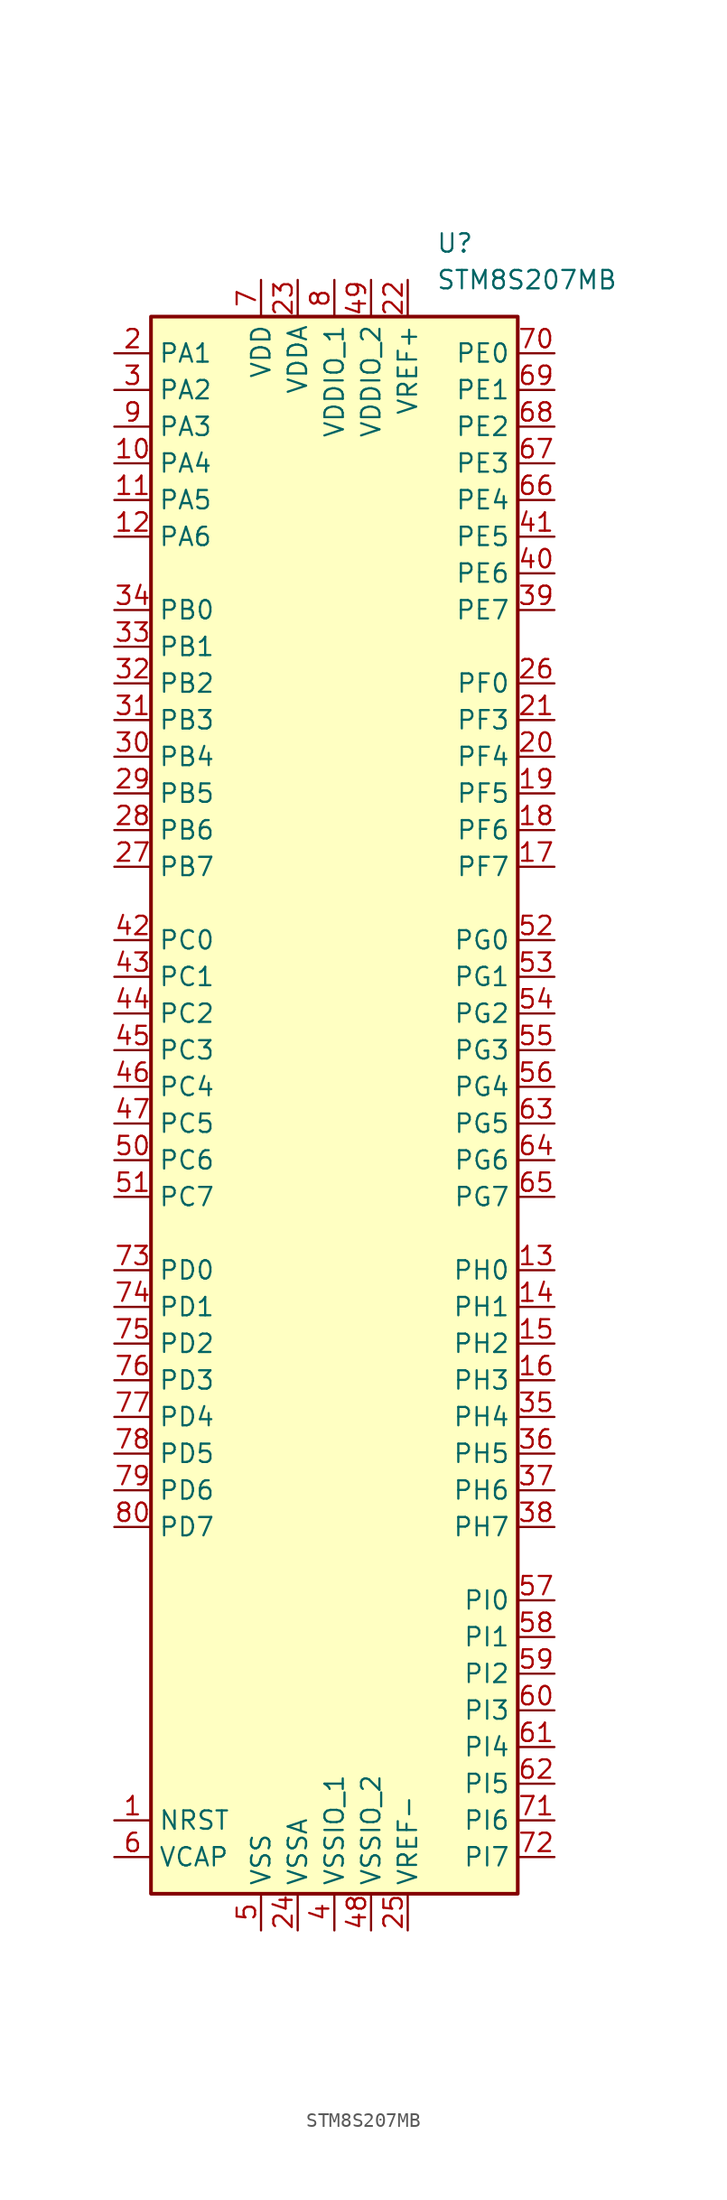
<source format=kicad_sym>
(kicad_symbol_lib
  (version 20231120)
  (generator "kicad_symbol_editor")
  (generator_version "8.0")
  (symbol "STM8S207MB"
    (property "Reference" "U"
      (at 7.036 58.42 0)
      (effects (font (size 1.27 1.27)) (justify left)))
    (property "Value" "STM8S207MB"
      (at 7.036 55.88 0)
      (effects (font (size 1.27 1.27)) (justify left)))
    (symbol "STM8S207MB_0_1"
      (rectangle (start -12.7 53.34) (end 12.7 -55.88) (stroke (width 0.254) (type default)) (fill (type background))))
    (symbol "STM8S207MB_1_0"
      (pin bidirectional line (at 15.24 -12.7 180) (length 2.54) (name "PH0" (effects (font (size 1.27 1.27)))) (number "13" (effects (font (size 1.27 1.27)))))
      (pin bidirectional line (at 15.24 -15.24 180) (length 2.54) (name "PH1" (effects (font (size 1.27 1.27)))) (number "14" (effects (font (size 1.27 1.27)))))
      (pin bidirectional line (at 15.24 -17.78 180) (length 2.54) (name "PH2" (effects (font (size 1.27 1.27)))) (number "15" (effects (font (size 1.27 1.27)))))
      (pin bidirectional line (at 15.24 -20.32 180) (length 2.54) (name "PH3" (effects (font (size 1.27 1.27)))) (number "16" (effects (font (size 1.27 1.27)))))
      (pin bidirectional line (at 15.24 -22.86 180) (length 2.54) (name "PH4" (effects (font (size 1.27 1.27)))) (number "35" (effects (font (size 1.27 1.27)))))
      (pin bidirectional line (at 15.24 -25.4 180) (length 2.54) (name "PH5" (effects (font (size 1.27 1.27)))) (number "36" (effects (font (size 1.27 1.27)))))
      (pin bidirectional line (at 15.24 -27.94 180) (length 2.54) (name "PH6" (effects (font (size 1.27 1.27)))) (number "37" (effects (font (size 1.27 1.27)))))
      (pin bidirectional line (at 15.24 -30.48 180) (length 2.54) (name "PH7" (effects (font (size 1.27 1.27)))) (number "38" (effects (font (size 1.27 1.27)))))
      (pin bidirectional line (at -15.24 10.16 0) (length 2.54) (name "PC0" (effects (font (size 1.27 1.27)))) (number "42" (effects (font (size 1.27 1.27)))))
      (pin bidirectional line (at 15.24 -35.56 180) (length 2.54) (name "PI0" (effects (font (size 1.27 1.27)))) (number "57" (effects (font (size 1.27 1.27)))))
      (pin bidirectional line (at 15.24 -38.1 180) (length 2.54) (name "PI1" (effects (font (size 1.27 1.27)))) (number "58" (effects (font (size 1.27 1.27)))))
      (pin bidirectional line (at 15.24 -40.64 180) (length 2.54) (name "PI2" (effects (font (size 1.27 1.27)))) (number "59" (effects (font (size 1.27 1.27)))))
      (pin bidirectional line (at 15.24 -43.18 180) (length 2.54) (name "PI3" (effects (font (size 1.27 1.27)))) (number "60" (effects (font (size 1.27 1.27)))))
      (pin bidirectional line (at 15.24 -45.72 180) (length 2.54) (name "PI4" (effects (font (size 1.27 1.27)))) (number "61" (effects (font (size 1.27 1.27)))))
      (pin bidirectional line (at 15.24 -48.26 180) (length 2.54) (name "PI5" (effects (font (size 1.27 1.27)))) (number "62" (effects (font (size 1.27 1.27)))))
      (pin bidirectional line (at 15.24 -50.8 180) (length 2.54) (name "PI6" (effects (font (size 1.27 1.27)))) (number "71" (effects (font (size 1.27 1.27)))))
      (pin bidirectional line (at 15.24 -53.34 180) (length 2.54) (name "PI7" (effects (font (size 1.27 1.27)))) (number "72" (effects (font (size 1.27 1.27))))))
    (symbol "STM8S207MB_1_1"
      (pin input line (at -15.24 -50.8 0) (length 2.54) (name "NRST" (effects (font (size 1.27 1.27)))) (number "1" (effects (font (size 1.27 1.27)))))
      (pin bidirectional line (at -15.24 43.18 0) (length 2.54) (name "PA4" (effects (font (size 1.27 1.27)))) (number "10" (effects (font (size 1.27 1.27)))))
      (pin bidirectional line (at -15.24 40.64 0) (length 2.54) (name "PA5" (effects (font (size 1.27 1.27)))) (number "11" (effects (font (size 1.27 1.27)))))
      (pin bidirectional line (at -15.24 38.1 0) (length 2.54) (name "PA6" (effects (font (size 1.27 1.27)))) (number "12" (effects (font (size 1.27 1.27)))))
      (pin bidirectional line (at 15.24 15.24 180) (length 2.54) (name "PF7" (effects (font (size 1.27 1.27)))) (number "17" (effects (font (size 1.27 1.27)))))
      (pin bidirectional line (at 15.24 17.78 180) (length 2.54) (name "PF6" (effects (font (size 1.27 1.27)))) (number "18" (effects (font (size 1.27 1.27)))))
      (pin bidirectional line (at 15.24 20.32 180) (length 2.54) (name "PF5" (effects (font (size 1.27 1.27)))) (number "19" (effects (font (size 1.27 1.27)))))
      (pin bidirectional line (at -15.24 50.8 0) (length 2.54) (name "PA1" (effects (font (size 1.27 1.27)))) (number "2" (effects (font (size 1.27 1.27)))))
      (pin bidirectional line (at 15.24 22.86 180) (length 2.54) (name "PF4" (effects (font (size 1.27 1.27)))) (number "20" (effects (font (size 1.27 1.27)))))
      (pin bidirectional line (at 15.24 25.4 180) (length 2.54) (name "PF3" (effects (font (size 1.27 1.27)))) (number "21" (effects (font (size 1.27 1.27)))))
      (pin power_in line (at 5.08 55.88 270) (length 2.54) (name "VREF+" (effects (font (size 1.27 1.27)))) (number "22" (effects (font (size 1.27 1.27)))))
      (pin power_in line (at -2.54 55.88 270) (length 2.54) (name "VDDA" (effects (font (size 1.27 1.27)))) (number "23" (effects (font (size 1.27 1.27)))))
      (pin power_in line (at -2.54 -58.42 90) (length 2.54) (name "VSSA" (effects (font (size 1.27 1.27)))) (number "24" (effects (font (size 1.27 1.27)))))
      (pin power_in line (at 5.08 -58.42 90) (length 2.54) (name "VREF-" (effects (font (size 1.27 1.27)))) (number "25" (effects (font (size 1.27 1.27)))))
      (pin bidirectional line (at 15.24 27.94 180) (length 2.54) (name "PF0" (effects (font (size 1.27 1.27)))) (number "26" (effects (font (size 1.27 1.27)))))
      (pin bidirectional line (at -15.24 15.24 0) (length 2.54) (name "PB7" (effects (font (size 1.27 1.27)))) (number "27" (effects (font (size 1.27 1.27)))))
      (pin bidirectional line (at -15.24 17.78 0) (length 2.54) (name "PB6" (effects (font (size 1.27 1.27)))) (number "28" (effects (font (size 1.27 1.27)))))
      (pin bidirectional line (at -15.24 20.32 0) (length 2.54) (name "PB5" (effects (font (size 1.27 1.27)))) (number "29" (effects (font (size 1.27 1.27)))))
      (pin bidirectional line (at -15.24 48.26 0) (length 2.54) (name "PA2" (effects (font (size 1.27 1.27)))) (number "3" (effects (font (size 1.27 1.27)))))
      (pin bidirectional line (at -15.24 22.86 0) (length 2.54) (name "PB4" (effects (font (size 1.27 1.27)))) (number "30" (effects (font (size 1.27 1.27)))))
      (pin bidirectional line (at -15.24 25.4 0) (length 2.54) (name "PB3" (effects (font (size 1.27 1.27)))) (number "31" (effects (font (size 1.27 1.27)))))
      (pin bidirectional line (at -15.24 27.94 0) (length 2.54) (name "PB2" (effects (font (size 1.27 1.27)))) (number "32" (effects (font (size 1.27 1.27)))))
      (pin bidirectional line (at -15.24 30.48 0) (length 2.54) (name "PB1" (effects (font (size 1.27 1.27)))) (number "33" (effects (font (size 1.27 1.27)))))
      (pin bidirectional line (at -15.24 33.02 0) (length 2.54) (name "PB0" (effects (font (size 1.27 1.27)))) (number "34" (effects (font (size 1.27 1.27)))))
      (pin bidirectional line (at 15.24 33.02 180) (length 2.54) (name "PE7" (effects (font (size 1.27 1.27)))) (number "39" (effects (font (size 1.27 1.27)))))
      (pin power_in line (at 0 -58.42 90) (length 2.54) (name "VSSIO_1" (effects (font (size 1.27 1.27)))) (number "4" (effects (font (size 1.27 1.27)))))
      (pin bidirectional line (at 15.24 35.56 180) (length 2.54) (name "PE6" (effects (font (size 1.27 1.27)))) (number "40" (effects (font (size 1.27 1.27)))))
      (pin bidirectional line (at 15.24 38.1 180) (length 2.54) (name "PE5" (effects (font (size 1.27 1.27)))) (number "41" (effects (font (size 1.27 1.27)))))
      (pin bidirectional line (at -15.24 7.62 0) (length 2.54) (name "PC1" (effects (font (size 1.27 1.27)))) (number "43" (effects (font (size 1.27 1.27)))))
      (pin bidirectional line (at -15.24 5.08 0) (length 2.54) (name "PC2" (effects (font (size 1.27 1.27)))) (number "44" (effects (font (size 1.27 1.27)))))
      (pin bidirectional line (at -15.24 2.54 0) (length 2.54) (name "PC3" (effects (font (size 1.27 1.27)))) (number "45" (effects (font (size 1.27 1.27)))))
      (pin bidirectional line (at -15.24 0 0) (length 2.54) (name "PC4" (effects (font (size 1.27 1.27)))) (number "46" (effects (font (size 1.27 1.27)))))
      (pin bidirectional line (at -15.24 -2.54 0) (length 2.54) (name "PC5" (effects (font (size 1.27 1.27)))) (number "47" (effects (font (size 1.27 1.27)))))
      (pin power_in line (at 2.54 -58.42 90) (length 2.54) (name "VSSIO_2" (effects (font (size 1.27 1.27)))) (number "48" (effects (font (size 1.27 1.27)))))
      (pin power_in line (at 2.54 55.88 270) (length 2.54) (name "VDDIO_2" (effects (font (size 1.27 1.27)))) (number "49" (effects (font (size 1.27 1.27)))))
      (pin power_in line (at -5.08 -58.42 90) (length 2.54) (name "VSS" (effects (font (size 1.27 1.27)))) (number "5" (effects (font (size 1.27 1.27)))))
      (pin bidirectional line (at -15.24 -5.08 0) (length 2.54) (name "PC6" (effects (font (size 1.27 1.27)))) (number "50" (effects (font (size 1.27 1.27)))))
      (pin bidirectional line (at -15.24 -7.62 0) (length 2.54) (name "PC7" (effects (font (size 1.27 1.27)))) (number "51" (effects (font (size 1.27 1.27)))))
      (pin bidirectional line (at 15.24 10.16 180) (length 2.54) (name "PG0" (effects (font (size 1.27 1.27)))) (number "52" (effects (font (size 1.27 1.27)))))
      (pin bidirectional line (at 15.24 7.62 180) (length 2.54) (name "PG1" (effects (font (size 1.27 1.27)))) (number "53" (effects (font (size 1.27 1.27)))))
      (pin bidirectional line (at 15.24 5.08 180) (length 2.54) (name "PG2" (effects (font (size 1.27 1.27)))) (number "54" (effects (font (size 1.27 1.27)))))
      (pin bidirectional line (at 15.24 2.54 180) (length 2.54) (name "PG3" (effects (font (size 1.27 1.27)))) (number "55" (effects (font (size 1.27 1.27)))))
      (pin bidirectional line (at 15.24 0 180) (length 2.54) (name "PG4" (effects (font (size 1.27 1.27)))) (number "56" (effects (font (size 1.27 1.27)))))
      (pin input line (at -15.24 -53.34 0) (length 2.54) (name "VCAP" (effects (font (size 1.27 1.27)))) (number "6" (effects (font (size 1.27 1.27)))))
      (pin bidirectional line (at 15.24 -2.54 180) (length 2.54) (name "PG5" (effects (font (size 1.27 1.27)))) (number "63" (effects (font (size 1.27 1.27)))))
      (pin bidirectional line (at 15.24 -5.08 180) (length 2.54) (name "PG6" (effects (font (size 1.27 1.27)))) (number "64" (effects (font (size 1.27 1.27)))))
      (pin bidirectional line (at 15.24 -7.62 180) (length 2.54) (name "PG7" (effects (font (size 1.27 1.27)))) (number "65" (effects (font (size 1.27 1.27)))))
      (pin bidirectional line (at 15.24 40.64 180) (length 2.54) (name "PE4" (effects (font (size 1.27 1.27)))) (number "66" (effects (font (size 1.27 1.27)))))
      (pin bidirectional line (at 15.24 43.18 180) (length 2.54) (name "PE3" (effects (font (size 1.27 1.27)))) (number "67" (effects (font (size 1.27 1.27)))))
      (pin bidirectional line (at 15.24 45.72 180) (length 2.54) (name "PE2" (effects (font (size 1.27 1.27)))) (number "68" (effects (font (size 1.27 1.27)))))
      (pin bidirectional line (at 15.24 48.26 180) (length 2.54) (name "PE1" (effects (font (size 1.27 1.27)))) (number "69" (effects (font (size 1.27 1.27)))))
      (pin power_in line (at -5.08 55.88 270) (length 2.54) (name "VDD" (effects (font (size 1.27 1.27)))) (number "7" (effects (font (size 1.27 1.27)))))
      (pin bidirectional line (at 15.24 50.8 180) (length 2.54) (name "PE0" (effects (font (size 1.27 1.27)))) (number "70" (effects (font (size 1.27 1.27)))))
      (pin bidirectional line (at -15.24 -12.7 0) (length 2.54) (name "PD0" (effects (font (size 1.27 1.27)))) (number "73" (effects (font (size 1.27 1.27)))))
      (pin bidirectional line (at -15.24 -15.24 0) (length 2.54) (name "PD1" (effects (font (size 1.27 1.27)))) (number "74" (effects (font (size 1.27 1.27)))))
      (pin bidirectional line (at -15.24 -17.78 0) (length 2.54) (name "PD2" (effects (font (size 1.27 1.27)))) (number "75" (effects (font (size 1.27 1.27)))))
      (pin bidirectional line (at -15.24 -20.32 0) (length 2.54) (name "PD3" (effects (font (size 1.27 1.27)))) (number "76" (effects (font (size 1.27 1.27)))))
      (pin bidirectional line (at -15.24 -22.86 0) (length 2.54) (name "PD4" (effects (font (size 1.27 1.27)))) (number "77" (effects (font (size 1.27 1.27)))))
      (pin bidirectional line (at -15.24 -25.4 0) (length 2.54) (name "PD5" (effects (font (size 1.27 1.27)))) (number "78" (effects (font (size 1.27 1.27)))))
      (pin bidirectional line (at -15.24 -27.94 0) (length 2.54) (name "PD6" (effects (font (size 1.27 1.27)))) (number "79" (effects (font (size 1.27 1.27)))))
      (pin power_in line (at 0 55.88 270) (length 2.54) (name "VDDIO_1" (effects (font (size 1.27 1.27)))) (number "8" (effects (font (size 1.27 1.27)))))
      (pin bidirectional line (at -15.24 -30.48 0) (length 2.54) (name "PD7" (effects (font (size 1.27 1.27)))) (number "80" (effects (font (size 1.27 1.27)))))
      (pin bidirectional line (at -15.24 45.72 0) (length 2.54) (name "PA3" (effects (font (size 1.27 1.27)))) (number "9" (effects (font (size 1.27 1.27))))))))
</source>
